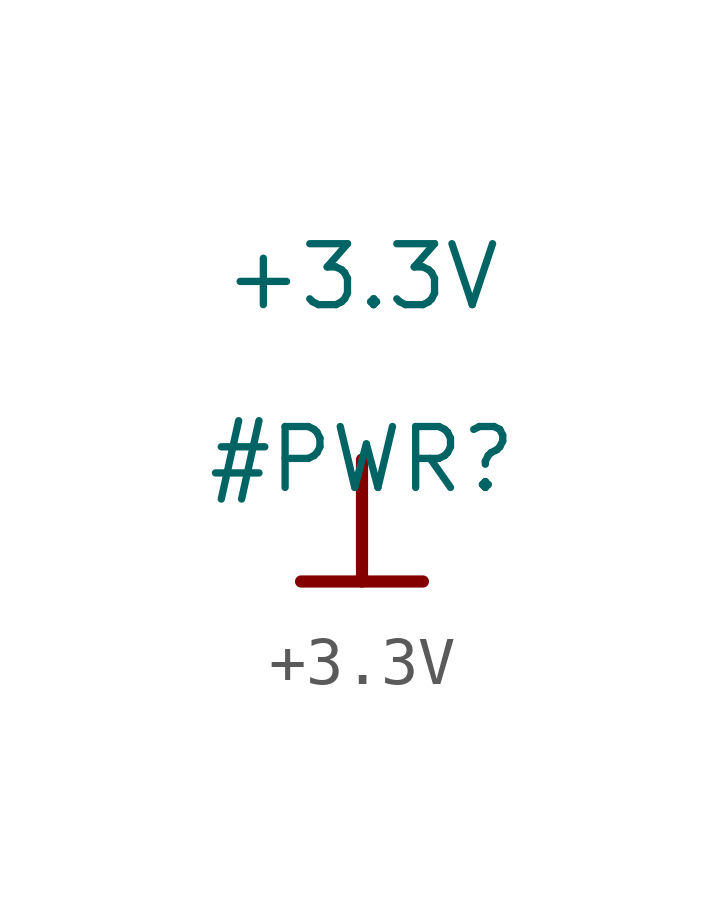
<source format=kicad_sym>
(kicad_symbol_lib
  (version 20220914)
  (generator kicad_symbol_editor)
  (symbol "+3.3V"
    (power)
    (property "Reference" "#PWR"
      (at 0 0 0)
      (effects (font (size 1.27 1.27))))
    (property "Value" "+3.3V"
      (at 0 3.81 0)
      (effects (font (size 1.27 1.27))))
    (symbol "+3.3V_0_0"
      (polyline (pts (xy -1.27 -2.54) (xy 1.27 -2.54)) (stroke (width 0.254) (type solid)) (fill (type none)))
      (polyline (pts (xy 0 0) (xy 0 -2.54)) (stroke (width 0.254) (type solid)) (fill (type none)))
      (pin power_in line (at 0 0 0) (length 0) hide (name "+3.3V" (effects (font (size 1.27 1.27)))) (number "" (effects (font (size 1.27 1.27))))))))
</source>
